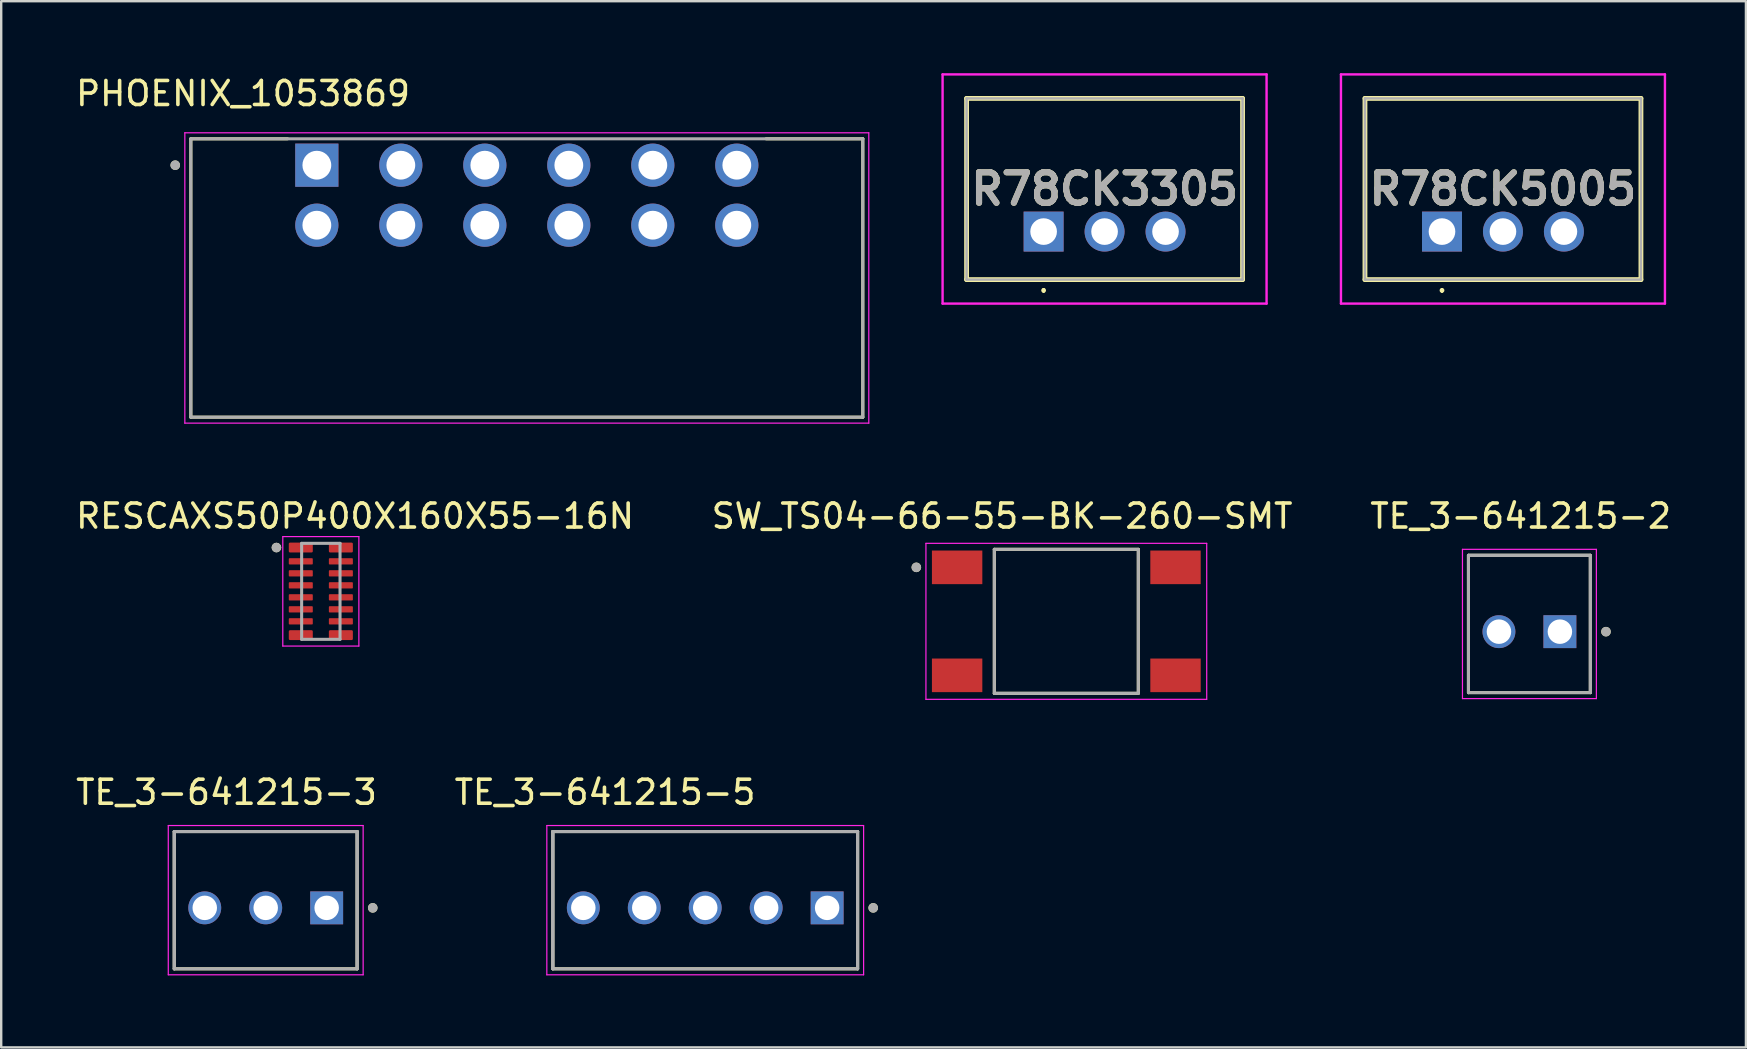
<source format=kicad_pcb>
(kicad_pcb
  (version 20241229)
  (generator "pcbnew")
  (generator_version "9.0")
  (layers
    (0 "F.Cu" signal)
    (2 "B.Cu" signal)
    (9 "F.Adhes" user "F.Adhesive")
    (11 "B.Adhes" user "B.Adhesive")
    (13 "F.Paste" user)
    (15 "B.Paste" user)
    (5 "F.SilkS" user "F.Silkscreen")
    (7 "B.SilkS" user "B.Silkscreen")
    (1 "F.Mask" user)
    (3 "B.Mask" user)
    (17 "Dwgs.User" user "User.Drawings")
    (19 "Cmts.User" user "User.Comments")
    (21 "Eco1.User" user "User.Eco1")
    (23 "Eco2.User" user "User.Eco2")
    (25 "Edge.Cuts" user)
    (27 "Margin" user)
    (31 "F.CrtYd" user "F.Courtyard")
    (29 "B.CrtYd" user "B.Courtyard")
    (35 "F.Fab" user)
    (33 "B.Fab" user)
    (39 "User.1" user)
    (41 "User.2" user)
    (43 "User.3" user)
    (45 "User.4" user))
  (footprint "TE_3-641215-2"
    (layer "F.Cu")
    (at 61.95 23.271)
    (property "Reference" "TE_3-641215-2" (at -1.635 -4.815 0) (layer "F.SilkS") (effects (font (size 1 1) (thickness 0.15))))
    (attr through_hole)
    (fp_line (start -3.81 2.54) (end -3.81 -3.18) (stroke (width 0.127) (type solid)) (layer "F.SilkS"))
    (fp_line (start 1.27 -3.18) (end -3.81 -3.18) (stroke (width 0.127) (type solid)) (layer "F.SilkS"))
    (fp_line (start 1.27 -3.18) (end 1.27 2.54) (stroke (width 0.127) (type solid)) (layer "F.SilkS"))
    (fp_line (start 1.27 2.54) (end -3.81 2.54) (stroke (width 0.127) (type solid)) (layer "F.SilkS"))
    (fp_circle (center 1.92 0) (end 2.02 0) (stroke (width 0.2) (type solid)) (fill no) (layer "F.SilkS"))
    (fp_line (start -4.06 -3.43) (end 1.52 -3.43) (stroke (width 0.05) (type solid)) (layer "F.CrtYd"))
    (fp_line (start -4.06 2.79) (end -4.06 -3.43) (stroke (width 0.05) (type solid)) (layer "F.CrtYd"))
    (fp_line (start 1.52 -3.43) (end 1.52 2.79) (stroke (width 0.05) (type solid)) (layer "F.CrtYd"))
    (fp_line (start 1.52 2.79) (end -4.06 2.79) (stroke (width 0.05) (type solid)) (layer "F.CrtYd"))
    (fp_line (start -3.81 -3.18) (end 1.27 -3.18) (stroke (width 0.127) (type solid)) (layer "F.Fab"))
    (fp_line (start -3.81 -3.18) (end 1.27 -3.18) (stroke (width 0.127) (type solid)) (layer "F.Fab"))
    (fp_line (start -3.81 2.54) (end -3.81 -3.18) (stroke (width 0.127) (type solid)) (layer "F.Fab"))
    (fp_line (start -3.81 2.54) (end -3.81 -3.18) (stroke (width 0.127) (type solid)) (layer "F.Fab"))
    (fp_line (start 1.27 -3.18) (end 1.27 2.54) (stroke (width 0.127) (type solid)) (layer "F.Fab"))
    (fp_line (start 1.27 -3.18) (end 1.27 2.54) (stroke (width 0.127) (type solid)) (layer "F.Fab"))
    (fp_line (start 1.27 2.54) (end -3.81 2.54) (stroke (width 0.127) (type solid)) (layer "F.Fab"))
    (fp_circle (center 1.92 0) (end 2.02 0) (stroke (width 0.2) (type solid)) (fill no) (layer "F.Fab"))
    (pad "1" thru_hole rect (at 0 0) (size 1.37 1.37) (drill 1.02) (layers "*.Cu" "*.Mask"))
    (pad "2" thru_hole circle (at -2.54 0) (size 1.37 1.37) (drill 1.02) (layers "*.Cu" "*.Mask")))
  (footprint "TE_3-641215-5"
    (layer "F.Cu")
    (at 31.416 34.78)
    (property "Reference" "TE_3-641215-5" (at -9.255 -4.815 0) (layer "F.SilkS") (effects (font (size 1 1) (thickness 0.15))))
    (attr through_hole)
    (fp_line (start -11.43 2.54) (end -11.43 -3.18) (stroke (width 0.127) (type solid)) (layer "F.SilkS"))
    (fp_line (start 1.27 -3.18) (end -11.43 -3.18) (stroke (width 0.127) (type solid)) (layer "F.SilkS"))
    (fp_line (start 1.27 -3.18) (end 1.27 2.54) (stroke (width 0.127) (type solid)) (layer "F.SilkS"))
    (fp_line (start 1.27 2.54) (end -11.43 2.54) (stroke (width 0.127) (type solid)) (layer "F.SilkS"))
    (fp_circle (center 1.92 0) (end 2.02 0) (stroke (width 0.2) (type solid)) (fill no) (layer "F.SilkS"))
    (fp_line (start -11.68 -3.43) (end 1.52 -3.43) (stroke (width 0.05) (type solid)) (layer "F.CrtYd"))
    (fp_line (start -11.68 2.79) (end -11.68 -3.43) (stroke (width 0.05) (type solid)) (layer "F.CrtYd"))
    (fp_line (start 1.52 -3.43) (end 1.52 2.79) (stroke (width 0.05) (type solid)) (layer "F.CrtYd"))
    (fp_line (start 1.52 2.79) (end -11.68 2.79) (stroke (width 0.05) (type solid)) (layer "F.CrtYd"))
    (fp_line (start -11.43 -3.18) (end 1.27 -3.18) (stroke (width 0.127) (type solid)) (layer "F.Fab"))
    (fp_line (start -11.43 -3.18) (end 1.27 -3.18) (stroke (width 0.127) (type solid)) (layer "F.Fab"))
    (fp_line (start -11.43 2.54) (end -11.43 -3.18) (stroke (width 0.127) (type solid)) (layer "F.Fab"))
    (fp_line (start -11.43 2.54) (end -11.43 -3.18) (stroke (width 0.127) (type solid)) (layer "F.Fab"))
    (fp_line (start 1.27 -3.18) (end 1.27 2.54) (stroke (width 0.127) (type solid)) (layer "F.Fab"))
    (fp_line (start 1.27 -3.18) (end 1.27 2.54) (stroke (width 0.127) (type solid)) (layer "F.Fab"))
    (fp_line (start 1.27 2.54) (end -11.43 2.54) (stroke (width 0.127) (type solid)) (layer "F.Fab"))
    (fp_circle (center 1.92 0) (end 2.02 0) (stroke (width 0.2) (type solid)) (fill no) (layer "F.Fab"))
    (pad "1" thru_hole rect (at 0 0) (size 1.37 1.37) (drill 1.02) (layers "*.Cu" "*.Mask"))
    (pad "2" thru_hole circle (at -2.54 0) (size 1.37 1.37) (drill 1.02) (layers "*.Cu" "*.Mask"))
    (pad "3" thru_hole circle (at -5.08 0) (size 1.37 1.37) (drill 1.02) (layers "*.Cu" "*.Mask"))
    (pad "4" thru_hole circle (at -7.62 0) (size 1.37 1.37) (drill 1.02) (layers "*.Cu" "*.Mask"))
    (pad "5" thru_hole circle (at -10.16 0) (size 1.37 1.37) (drill 1.02) (layers "*.Cu" "*.Mask")))
  (footprint "PHOENIX_1053869"
    (layer "F.Cu")
    (at 4.902 14.333)
    (property "Reference" "PHOENIX_1053869" (at 2.175 -13.485 0) (layer "F.SilkS") (effects (font (size 1 1) (thickness 0.15))))
    (attr through_hole)
    (fp_line (start 0 -11.6) (end 4.03 -11.6) (stroke (width 0.127) (type solid)) (layer "F.SilkS"))
    (fp_line (start 0 0) (end 0 -11.6) (stroke (width 0.127) (type solid)) (layer "F.SilkS"))
    (fp_line (start 0 0) (end 28 0) (stroke (width 0.127) (type solid)) (layer "F.SilkS"))
    (fp_line (start 23.97 -11.6) (end 28 -11.6) (stroke (width 0.127) (type solid)) (layer "F.SilkS"))
    (fp_line (start 28 -11.6) (end 28 0) (stroke (width 0.127) (type solid)) (layer "F.SilkS"))
    (fp_circle (center -0.65 -10.5) (end -0.55 -10.5) (stroke (width 0.2) (type solid)) (fill no) (layer "F.SilkS"))
    (fp_line (start -0.25 -11.85) (end 28.25 -11.85) (stroke (width 0.05) (type solid)) (layer "F.CrtYd"))
    (fp_line (start -0.25 0.25) (end -0.25 -11.85) (stroke (width 0.05) (type solid)) (layer "F.CrtYd"))
    (fp_line (start 28.25 -11.85) (end 28.25 0.25) (stroke (width 0.05) (type solid)) (layer "F.CrtYd"))
    (fp_line (start 28.25 0.25) (end -0.25 0.25) (stroke (width 0.05) (type solid)) (layer "F.CrtYd"))
    (fp_line (start 0 -11.6) (end 28 -11.6) (stroke (width 0.127) (type solid)) (layer "F.Fab"))
    (fp_line (start 0 0) (end 0 -11.6) (stroke (width 0.127) (type solid)) (layer "F.Fab"))
    (fp_line (start 28 -11.6) (end 28 0) (stroke (width 0.127) (type solid)) (layer "F.Fab"))
    (fp_line (start 28 0) (end 0 0) (stroke (width 0.127) (type solid)) (layer "F.Fab"))
    (fp_circle (center -0.65 -10.5) (end -0.55 -10.5) (stroke (width 0.2) (type solid)) (fill no) (layer "F.Fab"))
    (pad "1" thru_hole rect (at 5.25 -10.5) (size 1.8 1.8) (drill 1.2) (layers "*.Cu" "*.Mask"))
    (pad "2" thru_hole circle (at 8.75 -10.5) (size 1.8 1.8) (drill 1.2) (layers "*.Cu" "*.Mask"))
    (pad "3" thru_hole circle (at 12.25 -10.5) (size 1.8 1.8) (drill 1.2) (layers "*.Cu" "*.Mask"))
    (pad "4" thru_hole circle (at 15.75 -10.5) (size 1.8 1.8) (drill 1.2) (layers "*.Cu" "*.Mask"))
    (pad "5" thru_hole circle (at 19.25 -10.5) (size 1.8 1.8) (drill 1.2) (layers "*.Cu" "*.Mask"))
    (pad "6" thru_hole circle (at 22.75 -10.5) (size 1.8 1.8) (drill 1.2) (layers "*.Cu" "*.Mask"))
    (pad "7" thru_hole circle (at 5.25 -8) (size 1.8 1.8) (drill 1.2) (layers "*.Cu" "*.Mask"))
    (pad "8" thru_hole circle (at 8.75 -8) (size 1.8 1.8) (drill 1.2) (layers "*.Cu" "*.Mask"))
    (pad "9" thru_hole circle (at 12.25 -8) (size 1.8 1.8) (drill 1.2) (layers "*.Cu" "*.Mask"))
    (pad "10" thru_hole circle (at 15.75 -8) (size 1.8 1.8) (drill 1.2) (layers "*.Cu" "*.Mask"))
    (pad "11" thru_hole circle (at 19.25 -8) (size 1.8 1.8) (drill 1.2) (layers "*.Cu" "*.Mask"))
    (pad "12" thru_hole circle (at 22.75 -8) (size 1.8 1.8) (drill 1.2) (layers "*.Cu" "*.Mask")))
  (footprint "TE_3-641215-3"
    (layer "F.Cu")
    (at 10.562 34.78)
    (property "Reference" "TE_3-641215-3" (at -4.175 -4.815 0) (layer "F.SilkS") (effects (font (size 1 1) (thickness 0.15))))
    (attr through_hole)
    (fp_line (start -6.35 2.54) (end -6.35 -3.18) (stroke (width 0.127) (type solid)) (layer "F.SilkS"))
    (fp_line (start 1.27 -3.18) (end -6.35 -3.18) (stroke (width 0.127) (type solid)) (layer "F.SilkS"))
    (fp_line (start 1.27 -3.18) (end 1.27 2.54) (stroke (width 0.127) (type solid)) (layer "F.SilkS"))
    (fp_line (start 1.27 2.54) (end -6.35 2.54) (stroke (width 0.127) (type solid)) (layer "F.SilkS"))
    (fp_circle (center 1.92 0) (end 2.02 0) (stroke (width 0.2) (type solid)) (fill no) (layer "F.SilkS"))
    (fp_line (start -6.6 -3.43) (end 1.52 -3.43) (stroke (width 0.05) (type solid)) (layer "F.CrtYd"))
    (fp_line (start -6.6 2.79) (end -6.6 -3.43) (stroke (width 0.05) (type solid)) (layer "F.CrtYd"))
    (fp_line (start 1.52 -3.43) (end 1.52 2.79) (stroke (width 0.05) (type solid)) (layer "F.CrtYd"))
    (fp_line (start 1.52 2.79) (end -6.6 2.79) (stroke (width 0.05) (type solid)) (layer "F.CrtYd"))
    (fp_line (start -6.35 -3.18) (end 1.27 -3.18) (stroke (width 0.127) (type solid)) (layer "F.Fab"))
    (fp_line (start -6.35 -3.18) (end 1.27 -3.18) (stroke (width 0.127) (type solid)) (layer "F.Fab"))
    (fp_line (start -6.35 2.54) (end -6.35 -3.18) (stroke (width 0.127) (type solid)) (layer "F.Fab"))
    (fp_line (start -6.35 2.54) (end -6.35 -3.18) (stroke (width 0.127) (type solid)) (layer "F.Fab"))
    (fp_line (start 1.27 -3.18) (end 1.27 2.54) (stroke (width 0.127) (type solid)) (layer "F.Fab"))
    (fp_line (start 1.27 -3.18) (end 1.27 2.54) (stroke (width 0.127) (type solid)) (layer "F.Fab"))
    (fp_line (start 1.27 2.54) (end -6.35 2.54) (stroke (width 0.127) (type solid)) (layer "F.Fab"))
    (fp_circle (center 1.92 0) (end 2.02 0) (stroke (width 0.2) (type solid)) (fill no) (layer "F.Fab"))
    (pad "1" thru_hole rect (at 0 0) (size 1.37 1.37) (drill 1.02) (layers "*.Cu" "*.Mask"))
    (pad "2" thru_hole circle (at -2.54 0) (size 1.37 1.37) (drill 1.02) (layers "*.Cu" "*.Mask"))
    (pad "3" thru_hole circle (at -5.08 0) (size 1.37 1.37) (drill 1.02) (layers "*.Cu" "*.Mask")))
  (footprint "RESCAXS50P400X160X55-16N"
    (layer "F.Cu")
    (at 10.319 21.591)
    (property "Reference" "RESCAXS50P400X160X55-16N" (at 1.425 -3.135 0) (layer "F.SilkS") (effects (font (size 1 1) (thickness 0.15))))
    (attr smd)
    (fp_circle (center -1.85 -1.825) (end -1.75 -1.825) (stroke (width 0.2) (type solid)) (fill no) (layer "F.SilkS"))
    (fp_line (start -1.585 -2.28) (end 1.585 -2.28) (stroke (width 0.05) (type solid)) (layer "F.CrtYd"))
    (fp_line (start -1.585 2.28) (end -1.585 -2.28) (stroke (width 0.05) (type solid)) (layer "F.CrtYd"))
    (fp_line (start 1.585 -2.28) (end 1.585 2.28) (stroke (width 0.05) (type solid)) (layer "F.CrtYd"))
    (fp_line (start 1.585 2.28) (end -1.585 2.28) (stroke (width 0.05) (type solid)) (layer "F.CrtYd"))
    (fp_line (start -0.8 -2) (end 0.8 -2) (stroke (width 0.127) (type solid)) (layer "F.Fab"))
    (fp_line (start -0.8 2) (end -0.8 -2) (stroke (width 0.127) (type solid)) (layer "F.Fab"))
    (fp_line (start 0.8 -2) (end 0.8 2) (stroke (width 0.127) (type solid)) (layer "F.Fab"))
    (fp_line (start 0.8 2) (end -0.8 2) (stroke (width 0.127) (type solid)) (layer "F.Fab"))
    (fp_circle (center -1.85 -1.825) (end -1.75 -1.825) (stroke (width 0.2) (type solid)) (fill no) (layer "F.Fab"))
    (pad "1" smd roundrect (at -0.835 -1.825) (size 1 0.41) (layers "F.Cu" "F.Mask" "F.Paste") (roundrect_rratio 0.125))
    (pad "2" smd roundrect (at -0.835 -1.25) (size 1 0.26) (layers "F.Cu" "F.Mask" "F.Paste") (roundrect_rratio 0.125))
    (pad "3" smd roundrect (at -0.835 -0.75) (size 1 0.26) (layers "F.Cu" "F.Mask" "F.Paste") (roundrect_rratio 0.125))
    (pad "4" smd roundrect (at -0.835 -0.25) (size 1 0.26) (layers "F.Cu" "F.Mask" "F.Paste") (roundrect_rratio 0.125))
    (pad "5" smd roundrect (at -0.835 0.25) (size 1 0.26) (layers "F.Cu" "F.Mask" "F.Paste") (roundrect_rratio 0.125))
    (pad "6" smd roundrect (at -0.835 0.75) (size 1 0.26) (layers "F.Cu" "F.Mask" "F.Paste") (roundrect_rratio 0.125))
    (pad "7" smd roundrect (at -0.835 1.25) (size 1 0.26) (layers "F.Cu" "F.Mask" "F.Paste") (roundrect_rratio 0.125))
    (pad "8" smd roundrect (at -0.835 1.825) (size 1 0.41) (layers "F.Cu" "F.Mask" "F.Paste") (roundrect_rratio 0.125))
    (pad "9" smd roundrect (at 0.835 1.825) (size 1 0.41) (layers "F.Cu" "F.Mask" "F.Paste") (roundrect_rratio 0.125))
    (pad "10" smd roundrect (at 0.835 1.25) (size 1 0.26) (layers "F.Cu" "F.Mask" "F.Paste") (roundrect_rratio 0.125))
    (pad "11" smd roundrect (at 0.835 0.75) (size 1 0.26) (layers "F.Cu" "F.Mask" "F.Paste") (roundrect_rratio 0.125))
    (pad "12" smd roundrect (at 0.835 0.25) (size 1 0.26) (layers "F.Cu" "F.Mask" "F.Paste") (roundrect_rratio 0.125))
    (pad "13" smd roundrect (at 0.835 -0.25) (size 1 0.26) (layers "F.Cu" "F.Mask" "F.Paste") (roundrect_rratio 0.125))
    (pad "14" smd roundrect (at 0.835 -0.75) (size 1 0.26) (layers "F.Cu" "F.Mask" "F.Paste") (roundrect_rratio 0.125))
    (pad "15" smd roundrect (at 0.835 -1.25) (size 1 0.26) (layers "F.Cu" "F.Mask" "F.Paste") (roundrect_rratio 0.125))
    (pad "16" smd roundrect (at 0.835 -1.825) (size 1 0.41) (layers "F.Cu" "F.Mask" "F.Paste") (roundrect_rratio 0.125)))
  (footprint "SW_TS04-66-55-BK-260-SMT"
    (layer "F.Cu")
    (at 41.383 22.841)
    (property "Reference" "SW_TS04-66-55-BK-260-SMT" (at -2.675 -4.385 0) (layer "F.SilkS") (effects (font (size 1 1) (thickness 0.15))))
    (attr smd)
    (fp_line (start -3 -3) (end -3 3) (stroke (width 0.127) (type solid)) (layer "F.SilkS"))
    (fp_line (start -3 3) (end 3 3) (stroke (width 0.127) (type solid)) (layer "F.SilkS"))
    (fp_line (start 3 -3) (end -3 -3) (stroke (width 0.127) (type solid)) (layer "F.SilkS"))
    (fp_line (start 3 3) (end 3 -3) (stroke (width 0.127) (type solid)) (layer "F.SilkS"))
    (fp_circle (center -6.25 -2.25) (end -6.15 -2.25) (stroke (width 0.2) (type solid)) (fill no) (layer "F.SilkS"))
    (fp_line (start -5.85 -3.25) (end -5.85 3.25) (stroke (width 0.05) (type solid)) (layer "F.CrtYd"))
    (fp_line (start -5.85 3.25) (end 5.85 3.25) (stroke (width 0.05) (type solid)) (layer "F.CrtYd"))
    (fp_line (start 5.85 -3.25) (end -5.85 -3.25) (stroke (width 0.05) (type solid)) (layer "F.CrtYd"))
    (fp_line (start 5.85 3.25) (end 5.85 -3.25) (stroke (width 0.05) (type solid)) (layer "F.CrtYd"))
    (fp_line (start -3 -3) (end -3 3) (stroke (width 0.127) (type solid)) (layer "F.Fab"))
    (fp_line (start -3 3) (end 3 3) (stroke (width 0.127) (type solid)) (layer "F.Fab"))
    (fp_line (start 3 -3) (end -3 -3) (stroke (width 0.127) (type solid)) (layer "F.Fab"))
    (fp_line (start 3 3) (end 3 -3) (stroke (width 0.127) (type solid)) (layer "F.Fab"))
    (fp_circle (center -6.25 -2.25) (end -6.15 -2.25) (stroke (width 0.2) (type solid)) (fill no) (layer "F.Fab"))
    (pad "1" smd rect (at -4.55 -2.25) (size 2.1 1.4) (layers "F.Cu" "F.Mask" "F.Paste"))
    (pad "2" smd rect (at -4.55 2.25) (size 2.1 1.4) (layers "F.Cu" "F.Mask" "F.Paste"))
    (pad "3" smd rect (at 4.55 -2.25) (size 2.1 1.4) (layers "F.Cu" "F.Mask" "F.Paste"))
    (pad "4" smd rect (at 4.55 2.25) (size 2.1 1.4) (layers "F.Cu" "F.Mask" "F.Paste")))
  (footprint "R78CK5005"
    (layer "F.Cu")
    (at 57.037 6.6)
    (property "Reference" "R78CK5005" (at 2.54 -1.775 0) (layer "F.SilkS") (effects (font (size 1.27 1.27) (thickness 0.254))))
    (attr through_hole)
    (fp_line (start -3.21 -5.55) (end -3.21 2) (stroke (width 0.2) (type solid)) (layer "F.SilkS"))
    (fp_line (start -3.21 2) (end 8.29 2) (stroke (width 0.2) (type solid)) (layer "F.SilkS"))
    (fp_line (start 0 2.4) (end 0 2.4) (stroke (width 0.1) (type solid)) (layer "F.SilkS"))
    (fp_line (start 0 2.5) (end 0 2.5) (stroke (width 0.1) (type solid)) (layer "F.SilkS"))
    (fp_line (start 8.29 -5.55) (end -3.21 -5.55) (stroke (width 0.2) (type solid)) (layer "F.SilkS"))
    (fp_line (start 8.29 2) (end 8.29 -5.55) (stroke (width 0.2) (type solid)) (layer "F.SilkS"))
    (fp_arc (start 0 2.4) (mid 0.05 2.45) (end 0 2.5) (stroke (width 0.1) (type solid)) (layer "F.SilkS"))
    (fp_arc (start 0 2.5) (mid -0.05 2.45) (end 0 2.4) (stroke (width 0.1) (type solid)) (layer "F.SilkS"))
    (fp_line (start -4.21 -6.55) (end 9.29 -6.55) (stroke (width 0.1) (type solid)) (layer "F.CrtYd"))
    (fp_line (start -4.21 3) (end -4.21 -6.55) (stroke (width 0.1) (type solid)) (layer "F.CrtYd"))
    (fp_line (start 9.29 -6.55) (end 9.29 3) (stroke (width 0.1) (type solid)) (layer "F.CrtYd"))
    (fp_line (start 9.29 3) (end -4.21 3) (stroke (width 0.1) (type solid)) (layer "F.CrtYd"))
    (fp_line (start -3.21 -5.55) (end -3.21 2) (stroke (width 0.1) (type solid)) (layer "F.Fab"))
    (fp_line (start -3.21 2) (end 8.29 2) (stroke (width 0.1) (type solid)) (layer "F.Fab"))
    (fp_line (start 8.29 -5.55) (end -3.21 -5.55) (stroke (width 0.1) (type solid)) (layer "F.Fab"))
    (fp_line (start 8.29 2) (end 8.29 -5.55) (stroke (width 0.1) (type solid)) (layer "F.Fab"))
    (fp_text user "${REFERENCE}" (at 2.54 -1.775 0) (layer "F.Fab") (effects (font (size 1.27 1.27) (thickness 0.254))))
    (pad "1" thru_hole rect (at 0 0) (size 1.665 1.665) (drill 1.11) (layers "*.Cu" "*.Mask"))
    (pad "2" thru_hole circle (at 2.54 0) (size 1.665 1.665) (drill 1.11) (layers "*.Cu" "*.Mask"))
    (pad "3" thru_hole circle (at 5.08 0) (size 1.665 1.665) (drill 1.11) (layers "*.Cu" "*.Mask")))
  (footprint "R78CK3305"
    (layer "F.Cu")
    (at 40.437 6.6)
    (property "Reference" "R78CK3305" (at 2.54 -1.775 0) (layer "F.SilkS") (effects (font (size 1.27 1.27) (thickness 0.254))))
    (attr through_hole)
    (fp_line (start -3.21 -5.55) (end -3.21 2) (stroke (width 0.2) (type solid)) (layer "F.SilkS"))
    (fp_line (start -3.21 2) (end 8.29 2) (stroke (width 0.2) (type solid)) (layer "F.SilkS"))
    (fp_line (start 0 2.4) (end 0 2.4) (stroke (width 0.1) (type solid)) (layer "F.SilkS"))
    (fp_line (start 0 2.5) (end 0 2.5) (stroke (width 0.1) (type solid)) (layer "F.SilkS"))
    (fp_line (start 8.29 -5.55) (end -3.21 -5.55) (stroke (width 0.2) (type solid)) (layer "F.SilkS"))
    (fp_line (start 8.29 2) (end 8.29 -5.55) (stroke (width 0.2) (type solid)) (layer "F.SilkS"))
    (fp_arc (start 0 2.4) (mid 0.05 2.45) (end 0 2.5) (stroke (width 0.1) (type solid)) (layer "F.SilkS"))
    (fp_arc (start 0 2.5) (mid -0.05 2.45) (end 0 2.4) (stroke (width 0.1) (type solid)) (layer "F.SilkS"))
    (fp_line (start -4.21 -6.55) (end 9.29 -6.55) (stroke (width 0.1) (type solid)) (layer "F.CrtYd"))
    (fp_line (start -4.21 3) (end -4.21 -6.55) (stroke (width 0.1) (type solid)) (layer "F.CrtYd"))
    (fp_line (start 9.29 -6.55) (end 9.29 3) (stroke (width 0.1) (type solid)) (layer "F.CrtYd"))
    (fp_line (start 9.29 3) (end -4.21 3) (stroke (width 0.1) (type solid)) (layer "F.CrtYd"))
    (fp_line (start -3.21 -5.55) (end -3.21 2) (stroke (width 0.1) (type solid)) (layer "F.Fab"))
    (fp_line (start -3.21 2) (end 8.29 2) (stroke (width 0.1) (type solid)) (layer "F.Fab"))
    (fp_line (start 8.29 -5.55) (end -3.21 -5.55) (stroke (width 0.1) (type solid)) (layer "F.Fab"))
    (fp_line (start 8.29 2) (end 8.29 -5.55) (stroke (width 0.1) (type solid)) (layer "F.Fab"))
    (fp_text user "${REFERENCE}" (at 2.54 -1.775 0) (layer "F.Fab") (effects (font (size 1.27 1.27) (thickness 0.254))))
    (pad "1" thru_hole rect (at 0 0) (size 1.665 1.665) (drill 1.11) (layers "*.Cu" "*.Mask"))
    (pad "2" thru_hole circle (at 2.54 0) (size 1.665 1.665) (drill 1.11) (layers "*.Cu" "*.Mask"))
    (pad "3" thru_hole circle (at 5.08 0) (size 1.665 1.665) (drill 1.11) (layers "*.Cu" "*.Mask")))
  (gr_rect
    (start -3 -3)
    (end 69.702 40.595)
    (stroke (width 0.1) (type default))
    (fill no)
    (layer "Edge.Cuts")))
</source>
